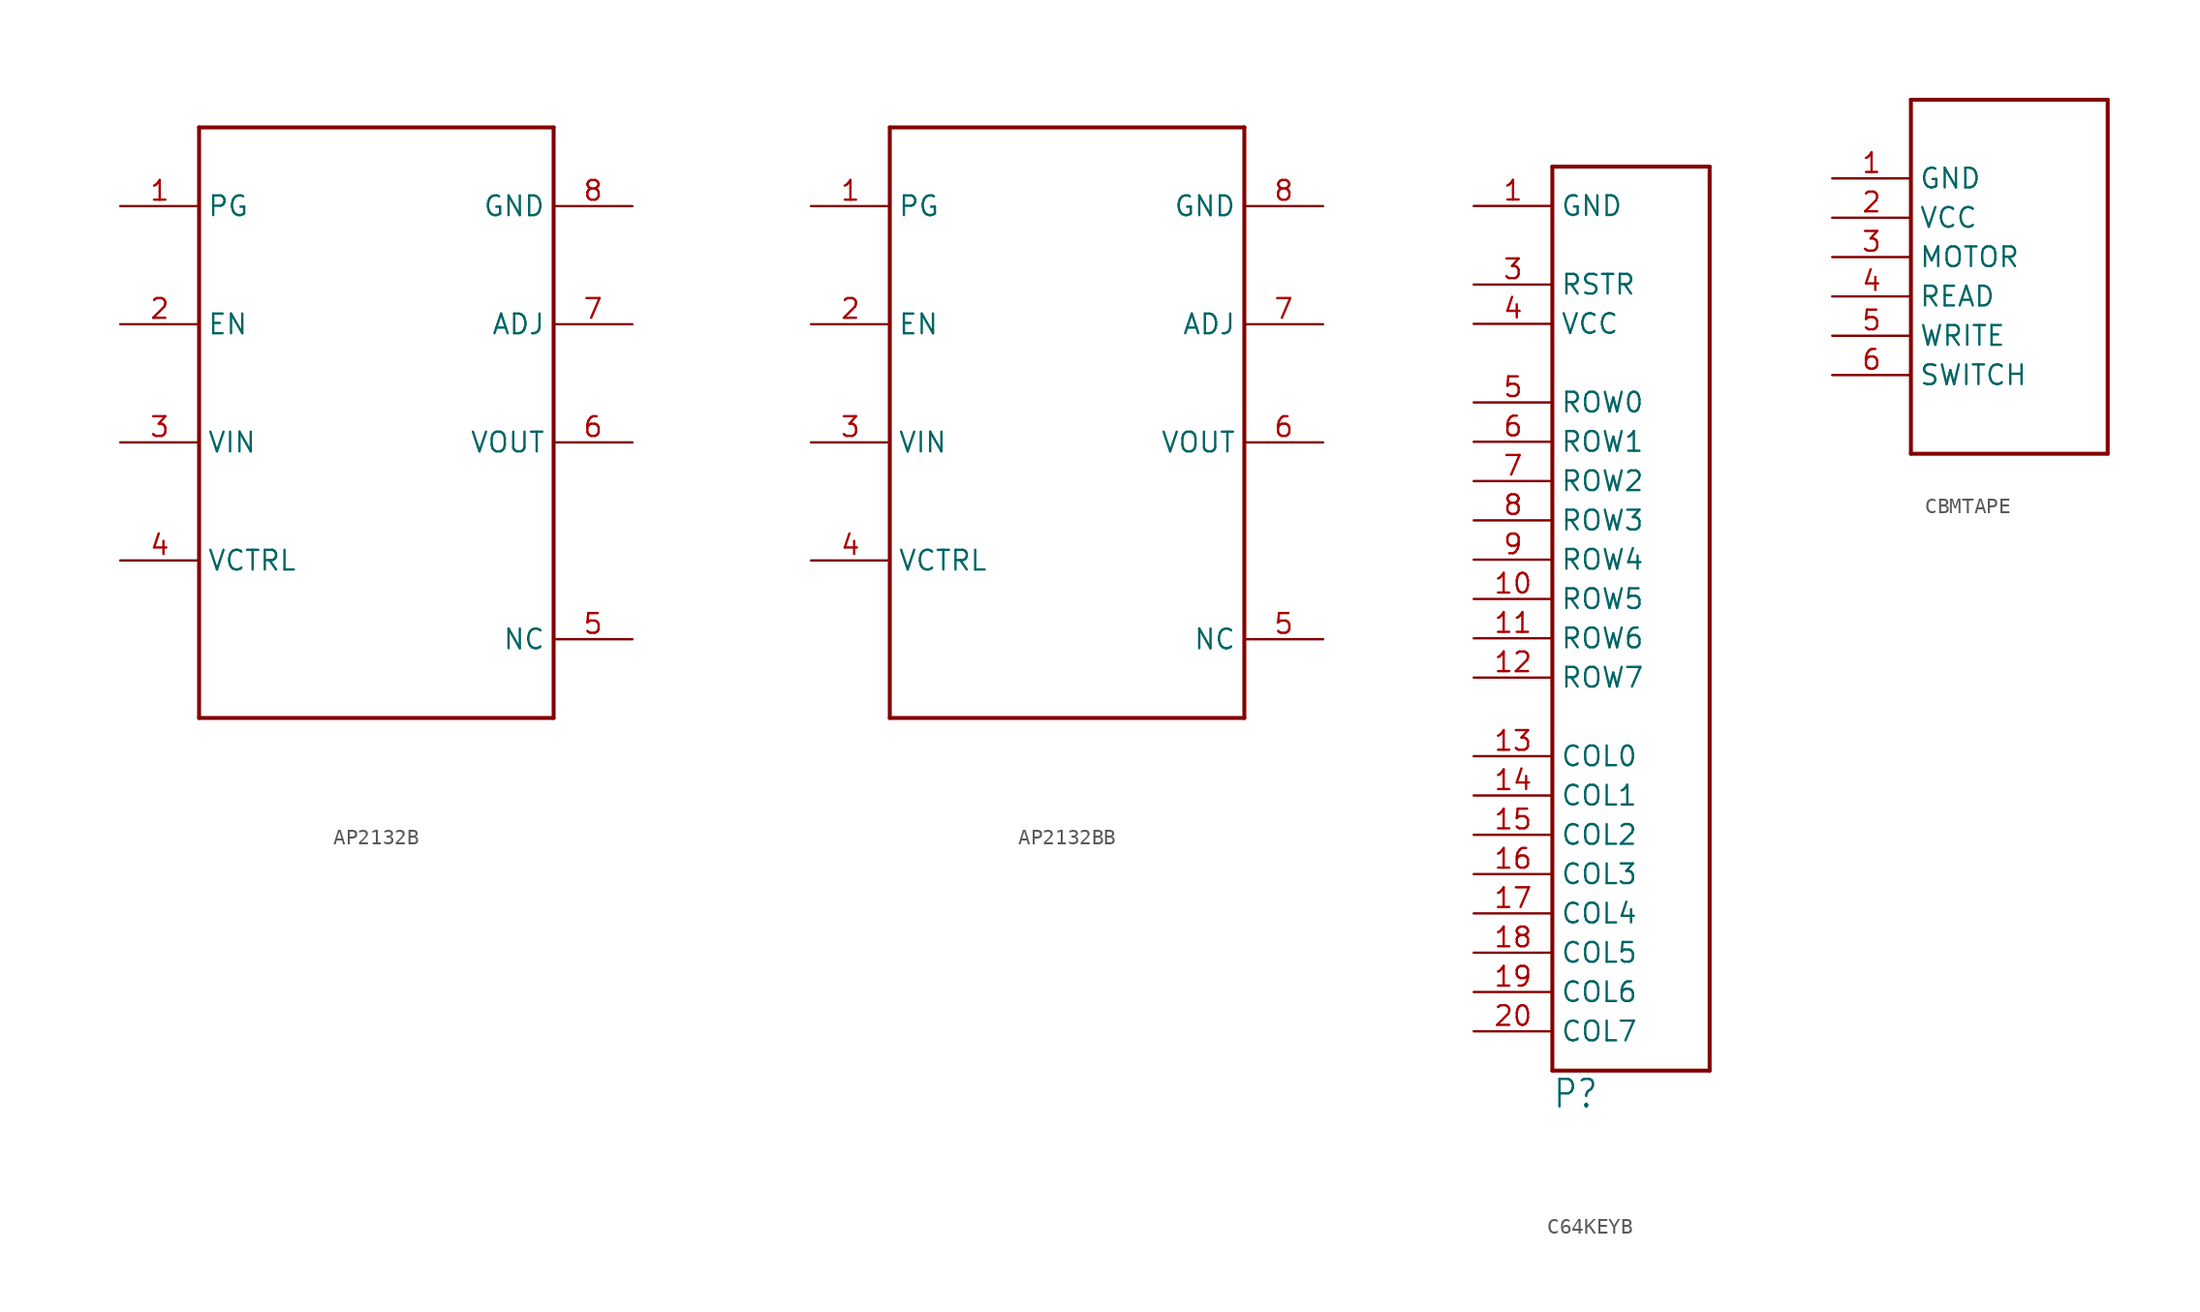
<source format=kicad_sym>
(kicad_symbol_lib
  (version 20220914)
  (generator kicad_symbol_editor)
  (symbol "AP2132B"
    (property "Reference" ""
      (at -5.08 17.78 0)
      (effects (font (size 1.778 1.511)) (justify left bottom) hide))
    (property "Value" ""
      (at -5.08 -22.86 0)
      (effects (font (size 1.778 1.511)) (justify left bottom)))
    (property "ki_locked" ""
      (at 0 0 0)
      (effects (font (size 1.27 1.27))))
    (symbol "AP2132B_1_0"
      (polyline (pts (xy -10.16 -20.32) (xy -10.16 17.78)) (stroke (width 0.254) (type solid)) (fill (type none)))
      (polyline (pts (xy -10.16 17.78) (xy 12.7 17.78)) (stroke (width 0.254) (type solid)) (fill (type none)))
      (polyline (pts (xy 12.7 -20.32) (xy -10.16 -20.32)) (stroke (width 0.254) (type solid)) (fill (type none)))
      (polyline (pts (xy 12.7 17.78) (xy 12.7 -20.32)) (stroke (width 0.254) (type solid)) (fill (type none)))
      (pin bidirectional line (at -15.24 12.7 0) (length 5.08) (name "PG" (effects (font (size 1.27 1.27)))) (number "1" (effects (font (size 1.27 1.27)))))
      (pin bidirectional line (at -15.24 5.08 0) (length 5.08) (name "EN" (effects (font (size 1.27 1.27)))) (number "2" (effects (font (size 1.27 1.27)))))
      (pin bidirectional line (at -15.24 -2.54 0) (length 5.08) (name "VIN" (effects (font (size 1.27 1.27)))) (number "3" (effects (font (size 1.27 1.27)))))
      (pin bidirectional line (at -15.24 -10.16 0) (length 5.08) (name "VCTRL" (effects (font (size 1.27 1.27)))) (number "4" (effects (font (size 1.27 1.27)))))
      (pin bidirectional line (at 17.78 -15.24 180) (length 5.08) (name "NC" (effects (font (size 1.27 1.27)))) (number "5" (effects (font (size 1.27 1.27)))))
      (pin bidirectional line (at 17.78 -2.54 180) (length 5.08) (name "VOUT" (effects (font (size 1.27 1.27)))) (number "6" (effects (font (size 1.27 1.27)))))
      (pin bidirectional line (at 17.78 5.08 180) (length 5.08) (name "ADJ" (effects (font (size 1.27 1.27)))) (number "7" (effects (font (size 1.27 1.27)))))
      (pin bidirectional line (at 17.78 12.7 180) (length 5.08) (name "GND" (effects (font (size 1.27 1.27)))) (number "8" (effects (font (size 1.27 1.27)))))))
  (symbol "AP2132BB"
    (property "Reference" ""
      (at -5.08 17.78 0)
      (effects (font (size 1.778 1.511)) (justify left bottom) hide))
    (property "Value" ""
      (at -5.08 -22.86 0)
      (effects (font (size 1.778 1.511)) (justify left bottom)))
    (property "ki_locked" ""
      (at 0 0 0)
      (effects (font (size 1.27 1.27))))
    (symbol "AP2132BB_1_0"
      (polyline (pts (xy -10.16 -20.32) (xy -10.16 17.78)) (stroke (width 0.254) (type solid)) (fill (type none)))
      (polyline (pts (xy -10.16 17.78) (xy 12.7 17.78)) (stroke (width 0.254) (type solid)) (fill (type none)))
      (polyline (pts (xy 12.7 -20.32) (xy -10.16 -20.32)) (stroke (width 0.254) (type solid)) (fill (type none)))
      (polyline (pts (xy 12.7 17.78) (xy 12.7 -20.32)) (stroke (width 0.254) (type solid)) (fill (type none)))
      (pin bidirectional line (at -15.24 12.7 0) (length 5.08) (name "PG" (effects (font (size 1.27 1.27)))) (number "1" (effects (font (size 1.27 1.27)))))
      (pin bidirectional line (at -15.24 5.08 0) (length 5.08) (name "EN" (effects (font (size 1.27 1.27)))) (number "2" (effects (font (size 1.27 1.27)))))
      (pin bidirectional line (at -15.24 -2.54 0) (length 5.08) (name "VIN" (effects (font (size 1.27 1.27)))) (number "3" (effects (font (size 1.27 1.27)))))
      (pin bidirectional line (at -15.24 -10.16 0) (length 5.08) (name "VCTRL" (effects (font (size 1.27 1.27)))) (number "4" (effects (font (size 1.27 1.27)))))
      (pin bidirectional line (at 17.78 -15.24 180) (length 5.08) (name "NC" (effects (font (size 1.27 1.27)))) (number "5" (effects (font (size 1.27 1.27)))))
      (pin bidirectional line (at 17.78 -2.54 180) (length 5.08) (name "VOUT" (effects (font (size 1.27 1.27)))) (number "6" (effects (font (size 1.27 1.27)))))
      (pin bidirectional line (at 17.78 5.08 180) (length 5.08) (name "ADJ" (effects (font (size 1.27 1.27)))) (number "7" (effects (font (size 1.27 1.27)))))
      (pin bidirectional line (at 17.78 12.7 180) (length 5.08) (name "GND" (effects (font (size 1.27 1.27)))) (number "8" (effects (font (size 1.27 1.27)))))))
  (symbol "C64KEYB"
    (property "Reference" "P"
      (at -7.62 -35.56 0)
      (effects (font (size 1.778 1.511)) (justify left bottom)))
    (property "Value" ""
      (at -7.62 25.4 0)
      (effects (font (size 1.778 1.511)) (justify left bottom)))
    (property "ki_locked" ""
      (at 0 0 0)
      (effects (font (size 1.27 1.27))))
    (symbol "C64KEYB_1_0"
      (polyline (pts (xy -7.62 -33.02) (xy 2.54 -33.02)) (stroke (width 0.254) (type solid)) (fill (type none)))
      (polyline (pts (xy -7.62 25.4) (xy -7.62 -33.02)) (stroke (width 0.254) (type solid)) (fill (type none)))
      (polyline (pts (xy 2.54 -33.02) (xy 2.54 25.4)) (stroke (width 0.254) (type solid)) (fill (type none)))
      (polyline (pts (xy 2.54 25.4) (xy -7.62 25.4)) (stroke (width 0.254) (type solid)) (fill (type none)))
      (pin bidirectional line (at -12.7 22.86 0) (length 5.08) (name "GND" (effects (font (size 1.27 1.27)))) (number "1" (effects (font (size 1.27 1.27)))))
      (pin bidirectional line (at -12.7 -2.54 0) (length 5.08) (name "ROW5" (effects (font (size 1.27 1.27)))) (number "10" (effects (font (size 1.27 1.27)))))
      (pin bidirectional line (at -12.7 -5.08 0) (length 5.08) (name "ROW6" (effects (font (size 1.27 1.27)))) (number "11" (effects (font (size 1.27 1.27)))))
      (pin bidirectional line (at -12.7 -7.62 0) (length 5.08) (name "ROW7" (effects (font (size 1.27 1.27)))) (number "12" (effects (font (size 1.27 1.27)))))
      (pin bidirectional line (at -12.7 -12.7 0) (length 5.08) (name "COL0" (effects (font (size 1.27 1.27)))) (number "13" (effects (font (size 1.27 1.27)))))
      (pin bidirectional line (at -12.7 -15.24 0) (length 5.08) (name "COL1" (effects (font (size 1.27 1.27)))) (number "14" (effects (font (size 1.27 1.27)))))
      (pin bidirectional line (at -12.7 -17.78 0) (length 5.08) (name "COL2" (effects (font (size 1.27 1.27)))) (number "15" (effects (font (size 1.27 1.27)))))
      (pin bidirectional line (at -12.7 -20.32 0) (length 5.08) (name "COL3" (effects (font (size 1.27 1.27)))) (number "16" (effects (font (size 1.27 1.27)))))
      (pin bidirectional line (at -12.7 -22.86 0) (length 5.08) (name "COL4" (effects (font (size 1.27 1.27)))) (number "17" (effects (font (size 1.27 1.27)))))
      (pin bidirectional line (at -12.7 -25.4 0) (length 5.08) (name "COL5" (effects (font (size 1.27 1.27)))) (number "18" (effects (font (size 1.27 1.27)))))
      (pin bidirectional line (at -12.7 -27.94 0) (length 5.08) (name "COL6" (effects (font (size 1.27 1.27)))) (number "19" (effects (font (size 1.27 1.27)))))
      (pin bidirectional line (at -12.7 -30.48 0) (length 5.08) (name "COL7" (effects (font (size 1.27 1.27)))) (number "20" (effects (font (size 1.27 1.27)))))
      (pin bidirectional line (at -12.7 17.78 0) (length 5.08) (name "RSTR" (effects (font (size 1.27 1.27)))) (number "3" (effects (font (size 1.27 1.27)))))
      (pin bidirectional line (at -12.7 15.24 0) (length 5.08) (name "VCC" (effects (font (size 1.27 1.27)))) (number "4" (effects (font (size 1.27 1.27)))))
      (pin bidirectional line (at -12.7 10.16 0) (length 5.08) (name "ROW0" (effects (font (size 1.27 1.27)))) (number "5" (effects (font (size 1.27 1.27)))))
      (pin bidirectional line (at -12.7 7.62 0) (length 5.08) (name "ROW1" (effects (font (size 1.27 1.27)))) (number "6" (effects (font (size 1.27 1.27)))))
      (pin bidirectional line (at -12.7 5.08 0) (length 5.08) (name "ROW2" (effects (font (size 1.27 1.27)))) (number "7" (effects (font (size 1.27 1.27)))))
      (pin bidirectional line (at -12.7 2.54 0) (length 5.08) (name "ROW3" (effects (font (size 1.27 1.27)))) (number "8" (effects (font (size 1.27 1.27)))))
      (pin bidirectional line (at -12.7 0 0) (length 5.08) (name "ROW4" (effects (font (size 1.27 1.27)))) (number "9" (effects (font (size 1.27 1.27)))))))
  (symbol "CBMTAPE"
    (property "Reference" "P"
      (at 0 0 0)
      (effects (font (size 1.27 1.27)) hide))
    (property "ki_locked" ""
      (at 0 0 0)
      (effects (font (size 1.27 1.27))))
    (symbol "CBMTAPE_1_0"
      (polyline (pts (xy -7.62 -7.62) (xy -7.62 15.24)) (stroke (width 0.254) (type solid)) (fill (type none)))
      (polyline (pts (xy -7.62 15.24) (xy 5.08 15.24)) (stroke (width 0.254) (type solid)) (fill (type none)))
      (polyline (pts (xy 5.08 -7.62) (xy -7.62 -7.62)) (stroke (width 0.254) (type solid)) (fill (type none)))
      (polyline (pts (xy 5.08 15.24) (xy 5.08 -7.62)) (stroke (width 0.254) (type solid)) (fill (type none)))
      (pin bidirectional line (at -12.7 10.16 0) (length 5.08) (name "GND" (effects (font (size 1.27 1.27)))) (number "1" (effects (font (size 1.27 1.27)))))
      (pin bidirectional line (at -12.7 7.62 0) (length 5.08) (name "VCC" (effects (font (size 1.27 1.27)))) (number "2" (effects (font (size 1.27 1.27)))))
      (pin bidirectional line (at -12.7 5.08 0) (length 5.08) (name "MOTOR" (effects (font (size 1.27 1.27)))) (number "3" (effects (font (size 1.27 1.27)))))
      (pin bidirectional line (at -12.7 2.54 0) (length 5.08) (name "READ" (effects (font (size 1.27 1.27)))) (number "4" (effects (font (size 1.27 1.27)))))
      (pin bidirectional line (at -12.7 0 0) (length 5.08) (name "WRITE" (effects (font (size 1.27 1.27)))) (number "5" (effects (font (size 1.27 1.27)))))
      (pin bidirectional line (at -12.7 -2.54 0) (length 5.08) (name "SWITCH" (effects (font (size 1.27 1.27)))) (number "6" (effects (font (size 1.27 1.27))))))))
</source>
